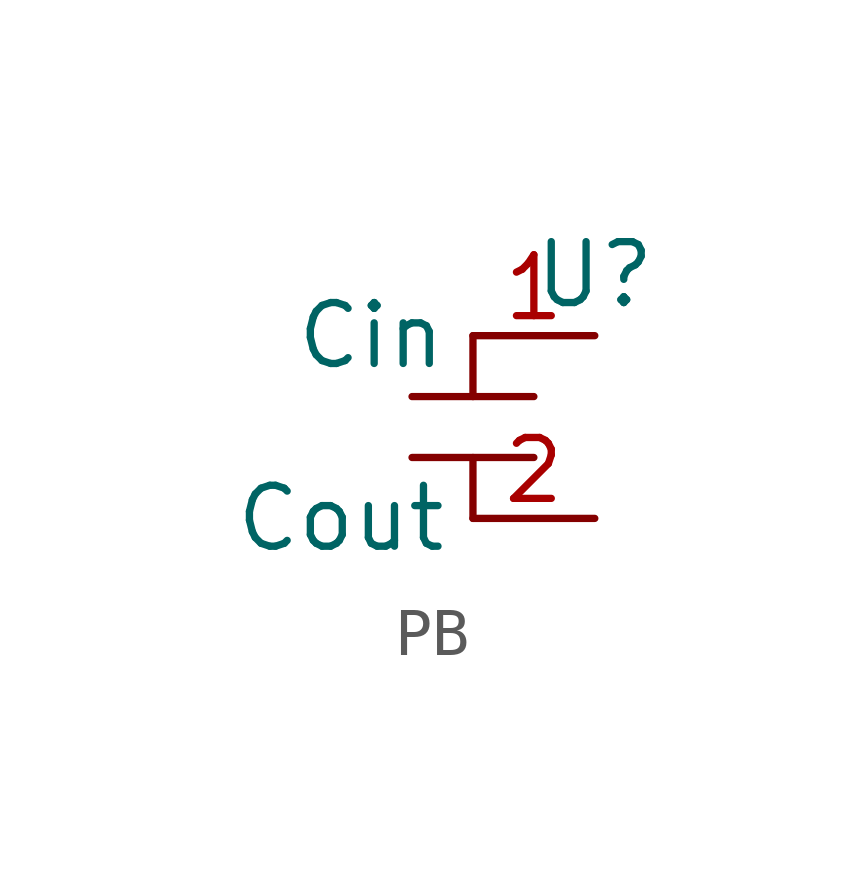
<source format=kicad_sym>
(kicad_symbol_lib
  (version 20220914)
  (generator kicad_symbol_editor)
  (symbol "PB"
    (property "Reference" "U"
      (at 0 0 0)
      (effects (font (size 1.27 1.27))))
    (property "Value" ""
      (at 0 0 0)
      (effects (font (size 1.27 1.27))))
    (symbol "PB_0_1"
      (polyline (pts (xy -3.81 -2.54) (xy -1.27 -2.54)) (stroke (width 0) (type default)) (fill (type none)))
      (polyline (pts (xy -2.54 -3.81) (xy -2.54 -5.08)) (stroke (width 0) (type default)) (fill (type none)))
      (polyline (pts (xy -2.54 -1.27) (xy -2.54 -2.54)) (stroke (width 0) (type default)) (fill (type none)))
      (polyline (pts (xy -1.27 -3.81) (xy -3.81 -3.81)) (stroke (width 0) (type default)) (fill (type none))))
    (symbol "PB_1_1"
      (pin output line (at 0 -1.27 180) (length 2.54) (name "Cin" (effects (font (size 1.27 1.27)))) (number "1" (effects (font (size 1.27 1.27)))))
      (pin output line (at 0 -5.08 180) (length 2.54) (name "Cout" (effects (font (size 1.27 1.27)))) (number "2" (effects (font (size 1.27 1.27))))))))
</source>
